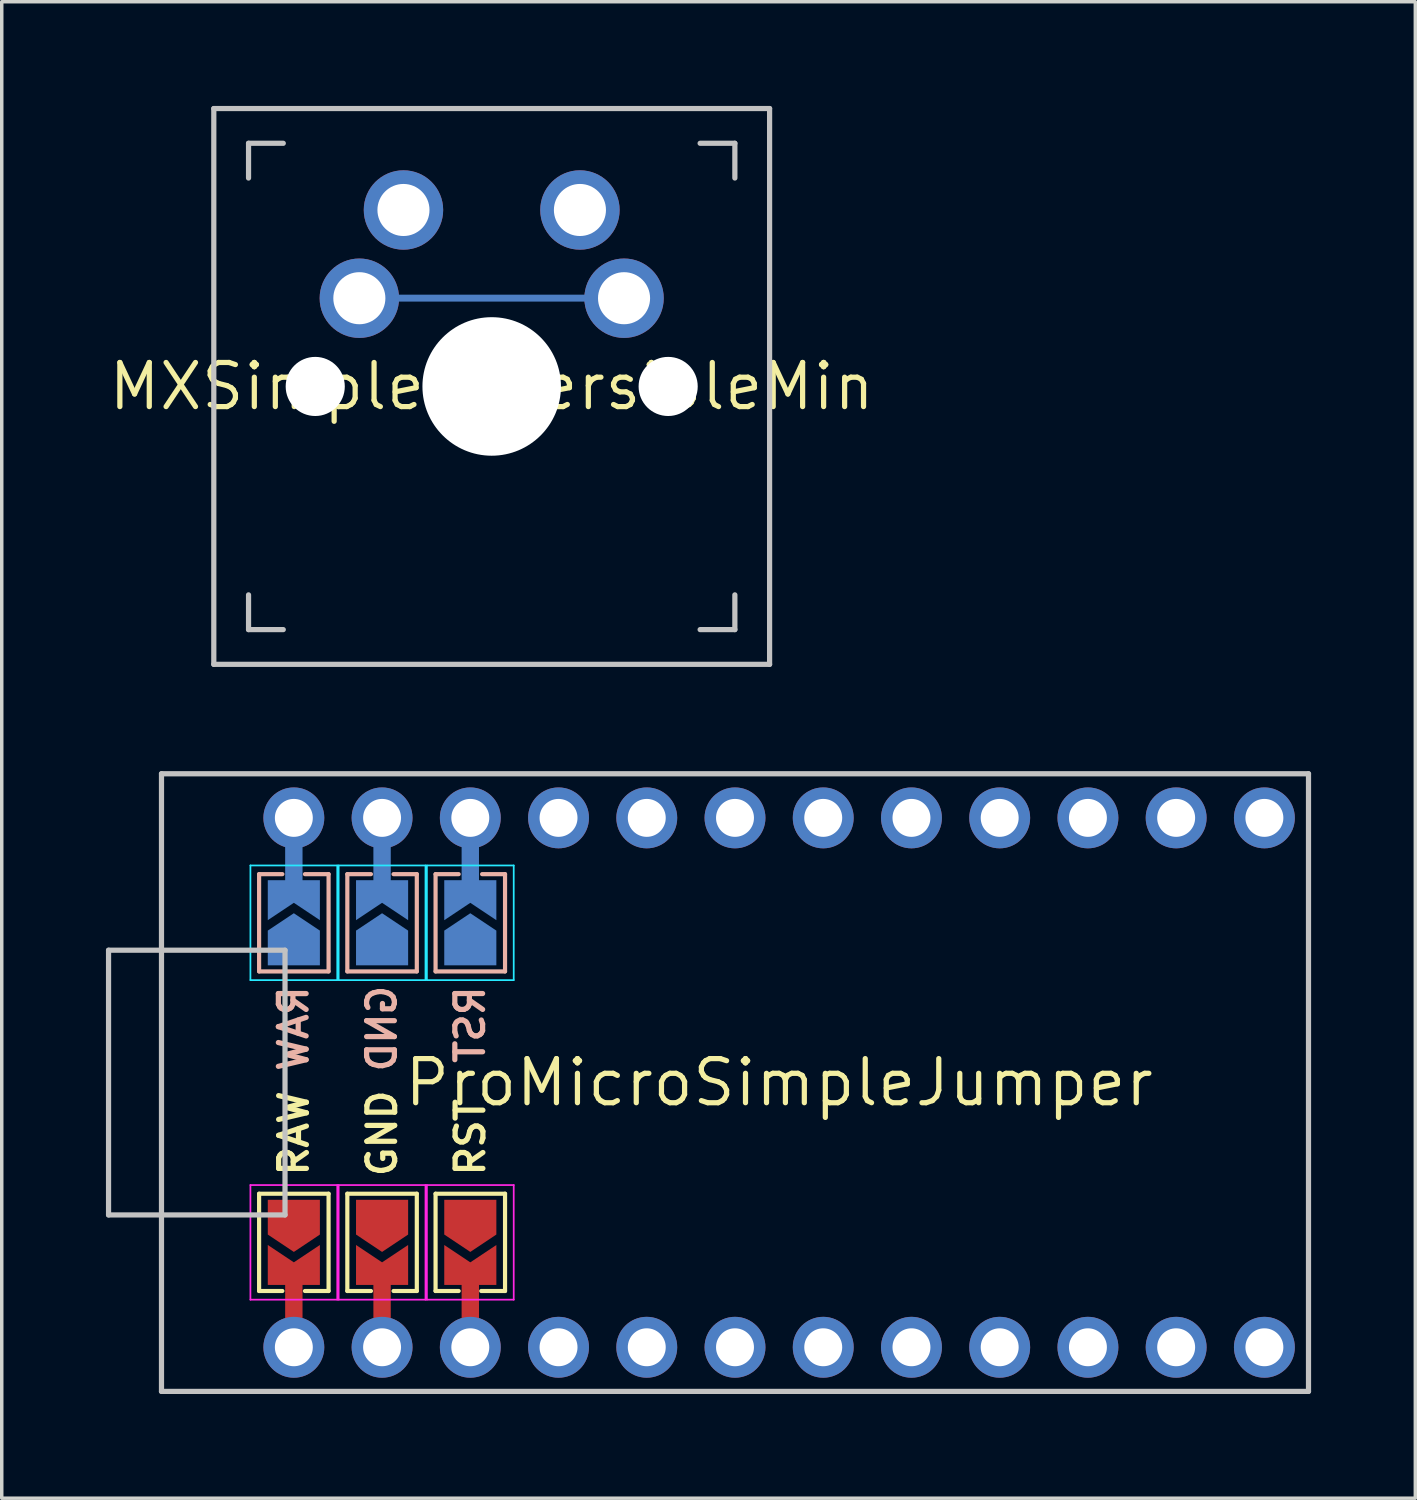
<source format=kicad_pcb>
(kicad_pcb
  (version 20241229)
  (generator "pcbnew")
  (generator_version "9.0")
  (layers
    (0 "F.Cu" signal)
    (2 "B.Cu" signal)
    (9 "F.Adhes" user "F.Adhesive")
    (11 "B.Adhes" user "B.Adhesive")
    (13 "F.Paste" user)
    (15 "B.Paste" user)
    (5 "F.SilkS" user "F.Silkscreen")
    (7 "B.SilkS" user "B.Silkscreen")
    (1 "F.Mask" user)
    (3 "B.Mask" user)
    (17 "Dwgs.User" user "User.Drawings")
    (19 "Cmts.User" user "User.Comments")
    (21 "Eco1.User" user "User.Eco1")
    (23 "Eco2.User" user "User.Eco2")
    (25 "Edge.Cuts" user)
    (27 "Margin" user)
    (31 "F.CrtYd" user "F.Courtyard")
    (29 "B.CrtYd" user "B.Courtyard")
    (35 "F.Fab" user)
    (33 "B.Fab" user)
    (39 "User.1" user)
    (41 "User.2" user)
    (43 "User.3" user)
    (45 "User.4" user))
  (footprint "ProMicroSimpleJumper"
    (layer "F.Cu")
    (at 19.379 28.115)
    (property "Reference" "ProMicroSimpleJumper" (at 0 0 0) (layer "F.SilkS") (effects (font (size 1.27 1.27) (thickness 0.15))))
    (attr through_hole)
    (fp_line (start -14.97 3.2) (end -12.97 3.2) (stroke (width 0.12) (type solid)) (layer "F.SilkS"))
    (fp_line (start -14.97 6) (end -14.97 3.2) (stroke (width 0.12) (type solid)) (layer "F.SilkS"))
    (fp_line (start -14.3 6) (end -14.97 6) (stroke (width 0.12) (type solid)) (layer "F.SilkS"))
    (fp_line (start -12.97 3.2) (end -12.97 6) (stroke (width 0.12) (type solid)) (layer "F.SilkS"))
    (fp_line (start -12.97 6) (end -13.65 6) (stroke (width 0.12) (type solid)) (layer "F.SilkS"))
    (fp_line (start -12.43 3.2) (end -10.43 3.2) (stroke (width 0.12) (type solid)) (layer "F.SilkS"))
    (fp_line (start -12.43 6) (end -12.43 3.2) (stroke (width 0.12) (type solid)) (layer "F.SilkS"))
    (fp_line (start -11.75 6) (end -12.43 6) (stroke (width 0.12) (type solid)) (layer "F.SilkS"))
    (fp_line (start -10.43 3.2) (end -10.43 6) (stroke (width 0.12) (type solid)) (layer "F.SilkS"))
    (fp_line (start -10.43 6) (end -11.1 6) (stroke (width 0.12) (type solid)) (layer "F.SilkS"))
    (fp_line (start -9.89 3.2) (end -7.89 3.2) (stroke (width 0.12) (type solid)) (layer "F.SilkS"))
    (fp_line (start -9.89 6) (end -9.89 3.2) (stroke (width 0.12) (type solid)) (layer "F.SilkS"))
    (fp_line (start -9.225 6) (end -9.89 6) (stroke (width 0.12) (type solid)) (layer "F.SilkS"))
    (fp_line (start -7.89 3.2) (end -7.89 6) (stroke (width 0.12) (type solid)) (layer "F.SilkS"))
    (fp_line (start -7.89 6) (end -8.575 6) (stroke (width 0.12) (type solid)) (layer "F.SilkS"))
    (fp_line (start -14.97 -6) (end -14.97 -3.2) (stroke (width 0.12) (type solid)) (layer "B.SilkS"))
    (fp_line (start -14.97 -3.2) (end -12.97 -3.2) (stroke (width 0.12) (type solid)) (layer "B.SilkS"))
    (fp_line (start -14.3 -6) (end -14.97 -6) (stroke (width 0.12) (type solid)) (layer "B.SilkS"))
    (fp_line (start -12.97 -6) (end -13.65 -6) (stroke (width 0.12) (type solid)) (layer "B.SilkS"))
    (fp_line (start -12.97 -3.2) (end -12.97 -6) (stroke (width 0.12) (type solid)) (layer "B.SilkS"))
    (fp_line (start -12.43 -6) (end -12.43 -3.2) (stroke (width 0.12) (type solid)) (layer "B.SilkS"))
    (fp_line (start -12.43 -3.2) (end -10.43 -3.2) (stroke (width 0.12) (type solid)) (layer "B.SilkS"))
    (fp_line (start -11.75 -6) (end -12.43 -6) (stroke (width 0.12) (type solid)) (layer "B.SilkS"))
    (fp_line (start -10.43 -6) (end -11.1 -6) (stroke (width 0.12) (type solid)) (layer "B.SilkS"))
    (fp_line (start -10.43 -3.2) (end -10.43 -6) (stroke (width 0.12) (type solid)) (layer "B.SilkS"))
    (fp_line (start -9.89 -6) (end -9.89 -3.2) (stroke (width 0.12) (type solid)) (layer "B.SilkS"))
    (fp_line (start -9.89 -3.2) (end -7.89 -3.2) (stroke (width 0.12) (type solid)) (layer "B.SilkS"))
    (fp_line (start -9.225 -6) (end -9.89 -6) (stroke (width 0.12) (type solid)) (layer "B.SilkS"))
    (fp_line (start -7.89 -6) (end -8.55 -6) (stroke (width 0.12) (type solid)) (layer "B.SilkS"))
    (fp_line (start -7.89 -3.2) (end -7.89 -6) (stroke (width 0.12) (type solid)) (layer "B.SilkS"))
    (fp_line (start -19.304 -3.81) (end -14.224 -3.81) (stroke (width 0.15) (type solid)) (layer "Dwgs.User"))
    (fp_line (start -19.304 3.81) (end -19.304 -3.81) (stroke (width 0.15) (type solid)) (layer "Dwgs.User"))
    (fp_line (start -17.78 -8.89) (end -17.78 8.89) (stroke (width 0.15) (type solid)) (layer "Dwgs.User"))
    (fp_line (start -17.78 8.89) (end 15.24 8.89) (stroke (width 0.15) (type solid)) (layer "Dwgs.User"))
    (fp_line (start -14.224 -3.81) (end -14.224 3.81) (stroke (width 0.15) (type solid)) (layer "Dwgs.User"))
    (fp_line (start -14.224 3.81) (end -19.304 3.81) (stroke (width 0.15) (type solid)) (layer "Dwgs.User"))
    (fp_line (start 15.24 -8.89) (end -17.78 -8.89) (stroke (width 0.15) (type solid)) (layer "Dwgs.User"))
    (fp_line (start 15.24 8.89) (end 15.24 -8.89) (stroke (width 0.15) (type solid)) (layer "Dwgs.User"))
    (fp_line (start -15.22 -6.25) (end -15.22 -2.95) (stroke (width 0.05) (type solid)) (layer "B.CrtYd"))
    (fp_line (start -15.22 -6.25) (end -12.72 -6.25) (stroke (width 0.05) (type solid)) (layer "B.CrtYd"))
    (fp_line (start -12.72 -2.95) (end -15.22 -2.95) (stroke (width 0.05) (type solid)) (layer "B.CrtYd"))
    (fp_line (start -12.72 -2.95) (end -12.72 -6.25) (stroke (width 0.05) (type solid)) (layer "B.CrtYd"))
    (fp_line (start -12.68 -6.25) (end -12.68 -2.95) (stroke (width 0.05) (type solid)) (layer "B.CrtYd"))
    (fp_line (start -12.68 -6.25) (end -10.18 -6.25) (stroke (width 0.05) (type solid)) (layer "B.CrtYd"))
    (fp_line (start -10.18 -2.95) (end -12.68 -2.95) (stroke (width 0.05) (type solid)) (layer "B.CrtYd"))
    (fp_line (start -10.18 -2.95) (end -10.18 -6.25) (stroke (width 0.05) (type solid)) (layer "B.CrtYd"))
    (fp_line (start -10.14 -6.25) (end -10.14 -2.95) (stroke (width 0.05) (type solid)) (layer "B.CrtYd"))
    (fp_line (start -10.14 -6.25) (end -7.64 -6.25) (stroke (width 0.05) (type solid)) (layer "B.CrtYd"))
    (fp_line (start -7.64 -2.95) (end -10.14 -2.95) (stroke (width 0.05) (type solid)) (layer "B.CrtYd"))
    (fp_line (start -7.64 -2.95) (end -7.64 -6.25) (stroke (width 0.05) (type solid)) (layer "B.CrtYd"))
    (fp_line (start -15.22 6.25) (end -15.22 2.95) (stroke (width 0.05) (type solid)) (layer "F.CrtYd"))
    (fp_line (start -15.22 6.25) (end -12.72 6.25) (stroke (width 0.05) (type solid)) (layer "F.CrtYd"))
    (fp_line (start -12.72 2.95) (end -15.22 2.95) (stroke (width 0.05) (type solid)) (layer "F.CrtYd"))
    (fp_line (start -12.72 2.95) (end -12.72 6.25) (stroke (width 0.05) (type solid)) (layer "F.CrtYd"))
    (fp_line (start -12.68 6.25) (end -12.68 2.95) (stroke (width 0.05) (type solid)) (layer "F.CrtYd"))
    (fp_line (start -12.68 6.25) (end -10.18 6.25) (stroke (width 0.05) (type solid)) (layer "F.CrtYd"))
    (fp_line (start -10.18 2.95) (end -12.68 2.95) (stroke (width 0.05) (type solid)) (layer "F.CrtYd"))
    (fp_line (start -10.18 2.95) (end -10.18 6.25) (stroke (width 0.05) (type solid)) (layer "F.CrtYd"))
    (fp_line (start -10.14 6.25) (end -10.14 2.95) (stroke (width 0.05) (type solid)) (layer "F.CrtYd"))
    (fp_line (start -10.14 6.25) (end -7.64 6.25) (stroke (width 0.05) (type solid)) (layer "F.CrtYd"))
    (fp_line (start -7.64 2.95) (end -10.14 2.95) (stroke (width 0.05) (type solid)) (layer "F.CrtYd"))
    (fp_line (start -7.64 2.95) (end -7.64 6.25) (stroke (width 0.05) (type solid)) (layer "F.CrtYd"))
    (fp_text user "RAW" (at -13.97 1.461 90) (unlocked yes) (layer "F.SilkS") (effects (font (size 0.8 0.8) (thickness 0.15))))
    (fp_text user "GND" (at -11.43 1.461 90) (unlocked yes) (layer "F.SilkS") (effects (font (size 0.8 0.8) (thickness 0.15))))
    (fp_text user "RST" (at -8.89 1.575 90) (unlocked yes) (layer "F.SilkS") (effects (font (size 0.8 0.8) (thickness 0.15))))
    (fp_text user "RST" (at -8.898 -1.668 90) (unlocked yes) (layer "B.SilkS") (effects (font (size 0.8 0.8) (thickness 0.15)) (justify mirror)))
    (fp_text user "GND" (at -11.438 -1.553 90) (unlocked yes) (layer "B.SilkS") (effects (font (size 0.8 0.8) (thickness 0.15)) (justify mirror)))
    (fp_text user "RAW" (at -13.978 -1.553 90) (unlocked yes) (layer "B.SilkS") (effects (font (size 0.8 0.8) (thickness 0.15)) (justify mirror)))
    (pad "" thru_hole circle (at -13.97 -7.62) (size 1.753 1.753) (drill 1.092) (layers "*.Cu" "*.Mask"))
    (pad "" smd rect (at -13.97 -6.275) (size 0.5 1.524) (layers "B.Cu" "B.Mask"))
    (pad "" smd custom (at -13.97 -5.325 270) (size 0.3 0.3) (layers "B.Cu" "B.Mask") (options (anchor rect)) (primitives (gr_poly (pts (xy 0.15 0) (xy 0.65 0.75) (xy -0.5 0.75) (xy -0.5 -0.75) (xy 0.65 -0.75)) (width 0) (fill yes))))
    (pad "" smd custom (at -13.97 5.325 270) (size 0.3 0.3) (layers "F.Cu" "F.Mask") (options (anchor rect)) (primitives (gr_poly (pts (xy 0.5 0.75) (xy -0.65 0.75) (xy -0.15 0) (xy -0.65 -0.75) (xy 0.5 -0.75)) (width 0) (fill yes))))
    (pad "" smd rect (at -13.97 6.25) (size 0.5 1.524) (layers "F.Cu" "F.Mask"))
    (pad "" thru_hole circle (at -13.97 7.62) (size 1.753 1.753) (drill 1.092) (layers "*.Cu" "*.Mask"))
    (pad "" thru_hole circle (at -11.43 -7.62 90) (size 1.753 1.753) (drill 1.092) (layers "*.Cu" "*.Mask"))
    (pad "" smd rect (at -11.43 -6.275) (size 0.5 1.524) (layers "B.Cu" "B.Mask"))
    (pad "" smd custom (at -11.43 -5.325 270) (size 0.3 0.3) (layers "B.Cu" "B.Mask") (options (anchor rect)) (primitives (gr_poly (pts (xy 0.15 0) (xy 0.65 0.75) (xy -0.5 0.75) (xy -0.5 -0.75) (xy 0.65 -0.75)) (width 0) (fill yes))))
    (pad "" smd custom (at -11.43 5.325 270) (size 0.3 0.3) (layers "F.Cu" "F.Mask") (options (anchor rect)) (primitives (gr_poly (pts (xy 0.5 0.75) (xy -0.65 0.75) (xy -0.15 0) (xy -0.65 -0.75) (xy 0.5 -0.75)) (width 0) (fill yes))))
    (pad "" smd rect (at -11.43 6.25) (size 0.5 1.524) (layers "F.Cu" "F.Mask"))
    (pad "" thru_hole circle (at -11.43 7.62) (size 1.753 1.753) (drill 1.092) (layers "*.Cu" "*.Mask"))
    (pad "" thru_hole circle (at -8.89 -7.62) (size 1.753 1.753) (drill 1.092) (layers "*.Cu" "*.Mask"))
    (pad "" smd rect (at -8.89 -6.275) (size 0.5 1.524) (layers "B.Cu" "B.Mask"))
    (pad "" smd custom (at -8.89 -5.325 270) (size 0.3 0.3) (layers "B.Cu" "B.Mask") (options (anchor rect)) (primitives (gr_poly (pts (xy 0.15 0) (xy 0.65 0.75) (xy -0.5 0.75) (xy -0.5 -0.75) (xy 0.65 -0.75)) (width 0) (fill yes))))
    (pad "" smd custom (at -8.89 5.325 270) (size 0.3 0.3) (layers "F.Cu" "F.Mask") (options (anchor rect)) (primitives (gr_poly (pts (xy 0.5 0.75) (xy -0.65 0.75) (xy -0.15 0) (xy -0.65 -0.75) (xy 0.5 -0.75)) (width 0) (fill yes))))
    (pad "" smd rect (at -8.89 6.25) (size 0.5 1.524) (layers "F.Cu" "F.Mask"))
    (pad "" thru_hole circle (at -8.89 7.62) (size 1.753 1.753) (drill 1.092) (layers "*.Cu" "*.Mask"))
    (pad "" thru_hole circle (at -6.35 -7.62) (size 1.753 1.753) (drill 1.092) (layers "*.Cu" "*.Mask"))
    (pad "" thru_hole circle (at -6.35 7.62) (size 1.753 1.753) (drill 1.092) (layers "*.Cu" "*.Mask"))
    (pad "1" smd custom (at -13.97 -3.875 270) (size 0.3 0.3) (layers "B.Cu" "B.Mask") (options (anchor rect)) (primitives (gr_poly (pts (xy 0.5 0.75) (xy -0.5 0.75) (xy -1 0) (xy -0.5 -0.75) (xy 0.5 -0.75)) (width 0) (fill yes))))
    (pad "1" smd custom (at -13.97 3.875 270) (size 0.3 0.3) (layers "F.Cu" "F.Mask") (options (anchor rect)) (primitives (gr_poly (pts (xy 1 0) (xy 0.5 0.75) (xy -0.5 0.75) (xy -0.5 -0.75) (xy 0.5 -0.75)) (width 0) (fill yes))))
    (pad "2" smd custom (at -11.43 -3.875 270) (size 0.3 0.3) (layers "B.Cu" "B.Mask") (options (anchor rect)) (primitives (gr_poly (pts (xy 0.5 0.75) (xy -0.5 0.75) (xy -1 0) (xy -0.5 -0.75) (xy 0.5 -0.75)) (width 0) (fill yes))))
    (pad "2" smd custom (at -11.43 3.875 270) (size 0.3 0.3) (layers "F.Cu" "F.Mask") (options (anchor rect)) (primitives (gr_poly (pts (xy 1 0) (xy 0.5 0.75) (xy -0.5 0.75) (xy -0.5 -0.75) (xy 0.5 -0.75)) (width 0) (fill yes))))
    (pad "3" smd custom (at -8.89 -3.875 270) (size 0.3 0.3) (layers "B.Cu" "B.Mask") (options (anchor rect)) (primitives (gr_poly (pts (xy 0.5 0.75) (xy -0.5 0.75) (xy -1 0) (xy -0.5 -0.75) (xy 0.5 -0.75)) (width 0) (fill yes))))
    (pad "3" smd custom (at -8.89 3.875 270) (size 0.3 0.3) (layers "F.Cu" "F.Mask") (options (anchor rect)) (primitives (gr_poly (pts (xy 1 0) (xy 0.5 0.75) (xy -0.5 0.75) (xy -0.5 -0.75) (xy 0.5 -0.75)) (width 0) (fill yes))))
    (pad "5" thru_hole circle (at -3.81 -7.62) (size 1.753 1.753) (drill 1.092) (layers "*.Cu" "*.Mask"))
    (pad "6" thru_hole circle (at -1.27 -7.62) (size 1.753 1.753) (drill 1.092) (layers "*.Cu" "*.Mask"))
    (pad "7" thru_hole circle (at 1.27 -7.62) (size 1.753 1.753) (drill 1.092) (layers "*.Cu" "*.Mask"))
    (pad "8" thru_hole circle (at 3.81 -7.62) (size 1.753 1.753) (drill 1.092) (layers "*.Cu" "*.Mask"))
    (pad "9" thru_hole circle (at 6.35 -7.62) (size 1.753 1.753) (drill 1.092) (layers "*.Cu" "*.Mask"))
    (pad "10" thru_hole circle (at 8.89 -7.62) (size 1.753 1.753) (drill 1.092) (layers "*.Cu" "*.Mask"))
    (pad "11" thru_hole circle (at 11.43 -7.62) (size 1.753 1.753) (drill 1.092) (layers "*.Cu" "*.Mask"))
    (pad "12" thru_hole circle (at 13.97 -7.62) (size 1.753 1.753) (drill 1.092) (layers "*.Cu" "*.Mask"))
    (pad "17" thru_hole circle (at -3.81 7.62) (size 1.753 1.753) (drill 1.092) (layers "*.Cu" "*.Mask"))
    (pad "18" thru_hole circle (at -1.27 7.62) (size 1.753 1.753) (drill 1.092) (layers "*.Cu" "*.Mask"))
    (pad "19" thru_hole circle (at 1.27 7.62) (size 1.753 1.753) (drill 1.092) (layers "*.Cu" "*.Mask"))
    (pad "20" thru_hole circle (at 3.81 7.62) (size 1.753 1.753) (drill 1.092) (layers "*.Cu" "*.Mask"))
    (pad "21" thru_hole circle (at 6.35 7.62) (size 1.753 1.753) (drill 1.092) (layers "*.Cu" "*.Mask"))
    (pad "22" thru_hole circle (at 8.89 7.62) (size 1.753 1.753) (drill 1.092) (layers "*.Cu" "*.Mask"))
    (pad "23" thru_hole circle (at 11.43 7.62) (size 1.753 1.753) (drill 1.092) (layers "*.Cu" "*.Mask"))
    (pad "24" thru_hole circle (at 13.97 7.62) (size 1.753 1.753) (drill 1.092) (layers "*.Cu" "*.Mask"))
    (zone (net_name "") (layers "F.Cu" "B.Cu") (hatch edge 0.508) (connect_pads) (min_thickness 0.254) (filled_areas_thickness no) (keepout (tracks allowed) (vias allowed) (pads allowed) (copperpour not_allowed) (footprints allowed)) (placement (enabled no)) (fill) (polygon (pts (xy 34.619 37.005) (xy 3.999 37.005) (xy 3.999 19.195) (xy 34.619 19.195)))))
  (footprint "MXSimpleReversibleMin"
    (layer "F.Cu")
    (at 11.105 8.075)
    (property "Reference" "MXSimpleReversibleMin" (at 0 0 180) (layer "F.SilkS") (effects (font (size 1.27 1.27) (thickness 0.15))))
    (attr through_hole)
    (fp_line (start -8 -8) (end 8 -8) (stroke (width 0.15) (type solid)) (layer "Dwgs.User"))
    (fp_line (start -8 8) (end -8 -8) (stroke (width 0.15) (type solid)) (layer "Dwgs.User"))
    (fp_line (start -7 -6) (end -7 -7) (stroke (width 0.15) (type solid)) (layer "Dwgs.User"))
    (fp_line (start -7 7) (end -7 6) (stroke (width 0.15) (type solid)) (layer "Dwgs.User"))
    (fp_line (start -7 7) (end -6 7) (stroke (width 0.15) (type solid)) (layer "Dwgs.User"))
    (fp_line (start -6 -7) (end -7 -7) (stroke (width 0.15) (type solid)) (layer "Dwgs.User"))
    (fp_line (start 6 7) (end 7 7) (stroke (width 0.15) (type solid)) (layer "Dwgs.User"))
    (fp_line (start 7 -7) (end 6 -7) (stroke (width 0.15) (type solid)) (layer "Dwgs.User"))
    (fp_line (start 7 -7) (end 7 -6) (stroke (width 0.15) (type solid)) (layer "Dwgs.User"))
    (fp_line (start 7 6) (end 7 7) (stroke (width 0.15) (type solid)) (layer "Dwgs.User"))
    (fp_line (start 8 -8) (end 8 8) (stroke (width 0.15) (type solid)) (layer "Dwgs.User"))
    (fp_line (start 8 8) (end -8 8) (stroke (width 0.15) (type solid)) (layer "Dwgs.User"))
    (pad "" np_thru_hole circle (at -5.08 0 180) (size 1.702 1.702) (drill 1.702) (layers "*.Cu" "*.Mask"))
    (pad "" np_thru_hole circle (at 0 0 180) (size 3.988 3.988) (drill 3.988) (layers "*.Cu" "*.Mask"))
    (pad "" np_thru_hole circle (at 5.08 0 180) (size 1.702 1.702) (drill 1.702) (layers "*.Cu" "*.Mask"))
    (pad "1" thru_hole circle (at -2.54 -5.08 180) (size 2.286 2.286) (drill 1.499) (layers "*.Cu" "*.Mask"))
    (pad "1" thru_hole circle (at 2.54 -5.08 180) (size 2.286 2.286) (drill 1.499) (layers "*.Cu" "*.Mask"))
    (pad "2" smd custom (at -3.825 -2.542 180) (size 0.1 0.1) (layers "B.Cu") (options (anchor circle)) (primitives (gr_line (start 0 0) (end -7.62 0) (width 0.2))))
    (pad "2" thru_hole circle (at -3.81 -2.54 180) (size 2.286 2.286) (drill 1.499) (layers "*.Cu" "*.Mask"))
    (pad "2" thru_hole circle (at 3.81 -2.54 180) (size 2.286 2.286) (drill 1.499) (layers "*.Cu" "*.Mask")))
  (gr_rect
    (start -3 -3)
    (end 37.694 40.08)
    (stroke (width 0.1) (type default))
    (fill no)
    (layer "Edge.Cuts")))
</source>
